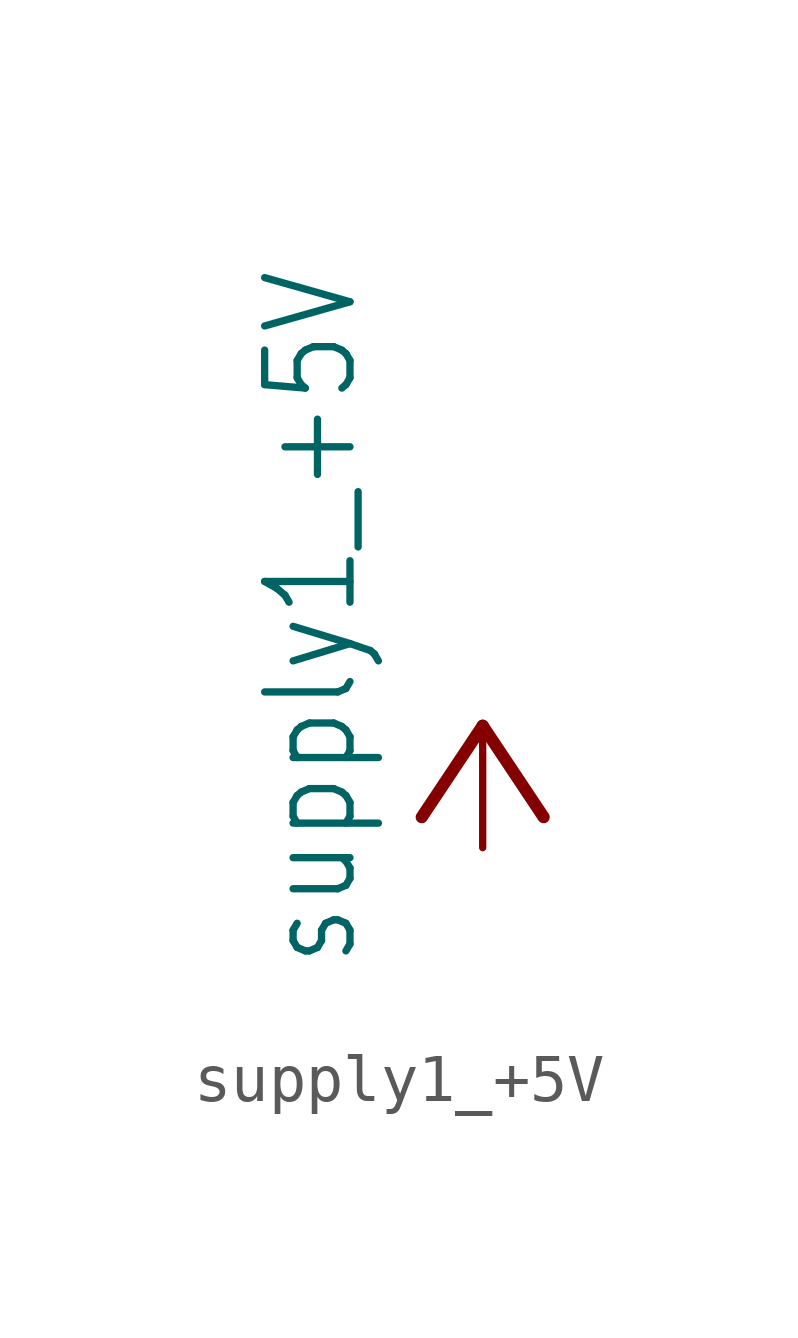
<source format=kicad_sym>
(kicad_symbol_lib
  (version 20220914)
  (generator kicad_symbol_editor)
  (symbol "supply1_+5V"
    (power)
    (property "Reference" "#P+"
      (at 0 0 0)
      (effects (font (size 1.27 1.27)) hide))
    (property "Value" "supply1_+5V"
      (at -2.54 -5.08 90)
      (effects (font (size 1.778 1.511)) (justify left bottom)))
    (property "ki_locked" ""
      (at 0 0 0)
      (effects (font (size 1.27 1.27))))
    (symbol "supply1_+5V_1_0"
      (polyline (pts (xy 0 0) (xy -1.27 -1.905)) (stroke (width 0.254) (type solid)) (fill (type none)))
      (polyline (pts (xy 1.27 -1.905) (xy 0 0)) (stroke (width 0.254) (type solid)) (fill (type none)))
      (pin power_in line (at 0 -2.54 90) (length 2.54) (name "+5V" (effects (font (size 0 0)))) (number "1" (effects (font (size 0 0))))))))
</source>
